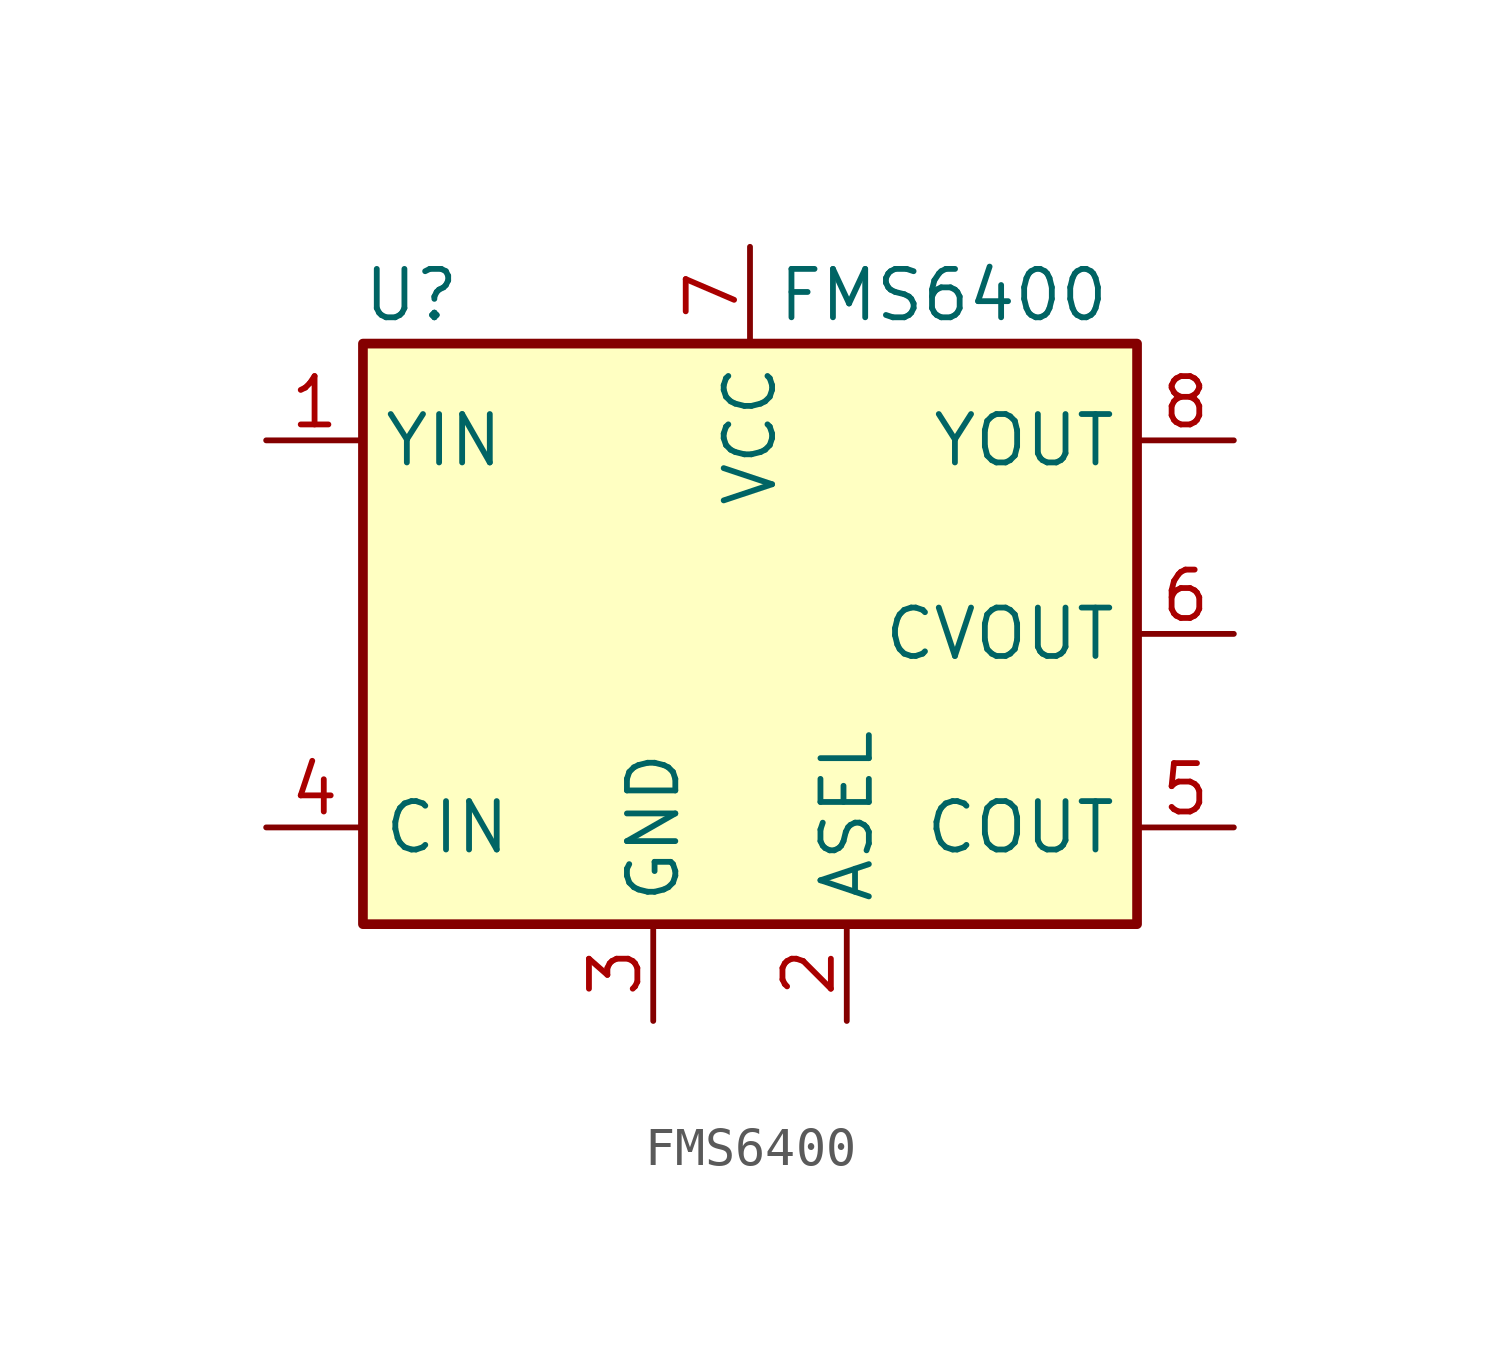
<source format=kicad_sym>
(kicad_symbol_lib
  (version 20220914)
  (generator kicad_symbol_editor)
  (symbol "FMS6400"
    (property "Reference" "U"
      (at -8.89 8.89 0)
      (effects (font (size 1.27 1.27))))
    (property "Value" "FMS6400"
      (at 5.08 8.89 0)
      (effects (font (size 1.27 1.27))))
    (symbol "FMS6400_0_1"
      (rectangle (start -10.16 7.62) (end 10.16 -7.62) (stroke (width 0.254) (type default)) (fill (type background))))
    (symbol "FMS6400_1_1"
      (pin input line (at -12.7 5.08 0) (length 2.54) (name "YIN" (effects (font (size 1.27 1.27)))) (number "1" (effects (font (size 1.27 1.27)))))
      (pin input line (at 2.54 -10.16 90) (length 2.54) (name "ASEL" (effects (font (size 1.27 1.27)))) (number "2" (effects (font (size 1.27 1.27)))))
      (pin power_in line (at -2.54 -10.16 90) (length 2.54) (name "GND" (effects (font (size 1.27 1.27)))) (number "3" (effects (font (size 1.27 1.27)))))
      (pin input line (at -12.7 -5.08 0) (length 2.54) (name "CIN" (effects (font (size 1.27 1.27)))) (number "4" (effects (font (size 1.27 1.27)))))
      (pin output line (at 12.7 -5.08 180) (length 2.54) (name "COUT" (effects (font (size 1.27 1.27)))) (number "5" (effects (font (size 1.27 1.27)))))
      (pin output line (at 12.7 0 180) (length 2.54) (name "CVOUT" (effects (font (size 1.27 1.27)))) (number "6" (effects (font (size 1.27 1.27)))))
      (pin power_in line (at 0 10.16 270) (length 2.54) (name "VCC" (effects (font (size 1.27 1.27)))) (number "7" (effects (font (size 1.27 1.27)))))
      (pin output line (at 12.7 5.08 180) (length 2.54) (name "YOUT" (effects (font (size 1.27 1.27)))) (number "8" (effects (font (size 1.27 1.27))))))))
</source>
